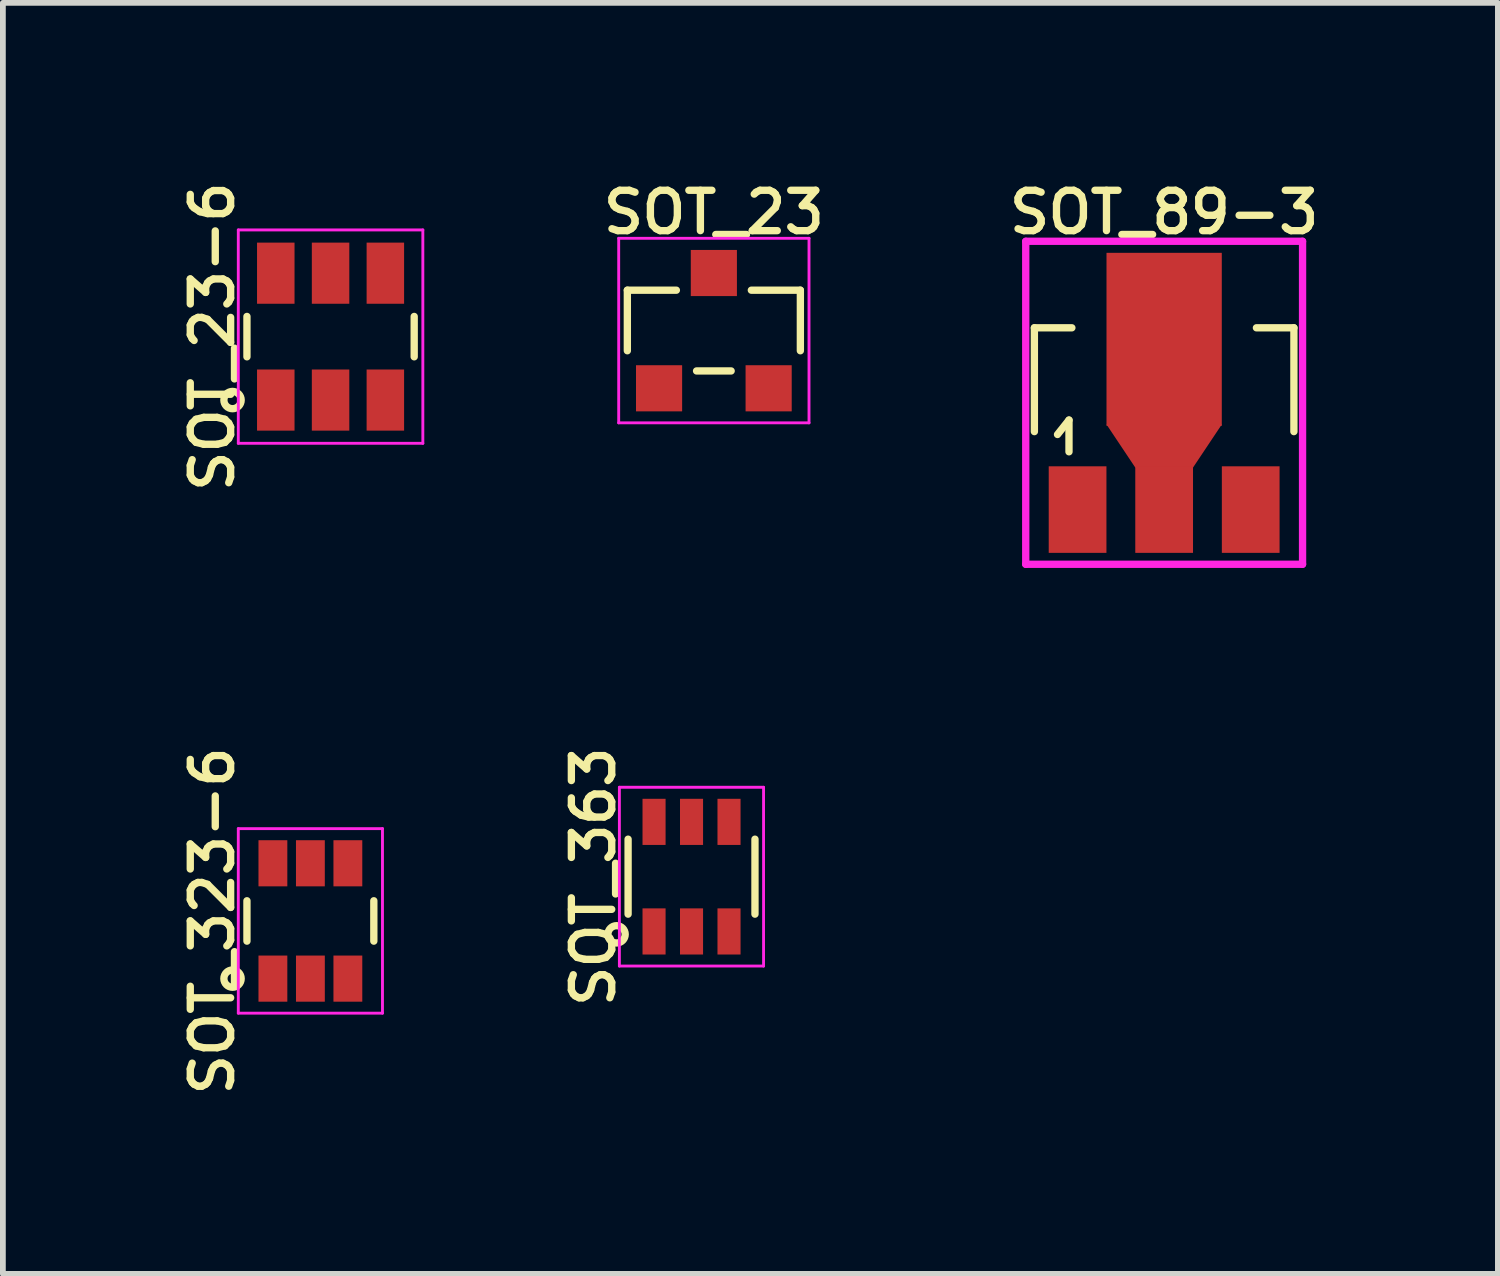
<source format=kicad_pcb>
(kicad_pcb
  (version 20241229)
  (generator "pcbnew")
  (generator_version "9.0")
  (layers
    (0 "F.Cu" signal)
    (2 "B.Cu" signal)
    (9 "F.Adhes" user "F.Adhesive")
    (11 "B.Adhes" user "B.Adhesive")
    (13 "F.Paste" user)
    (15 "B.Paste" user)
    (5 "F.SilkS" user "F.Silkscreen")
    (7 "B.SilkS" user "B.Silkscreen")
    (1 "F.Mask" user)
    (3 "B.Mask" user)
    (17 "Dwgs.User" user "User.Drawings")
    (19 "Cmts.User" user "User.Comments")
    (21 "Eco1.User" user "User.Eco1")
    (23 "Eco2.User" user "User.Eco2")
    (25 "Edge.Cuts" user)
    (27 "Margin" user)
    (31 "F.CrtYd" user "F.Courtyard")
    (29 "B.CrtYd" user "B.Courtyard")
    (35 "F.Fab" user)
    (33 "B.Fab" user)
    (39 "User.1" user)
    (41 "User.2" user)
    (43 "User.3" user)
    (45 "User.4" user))
  (footprint "SOT_89-3"
    (layer "F.Cu")
    (at 17.136 3.934)
    (property "Reference" "SOT_89-3" (at 0 -3.302 0) (layer "F.SilkS") (effects (font (size 0.7 0.7) (thickness 0.127))))
    (attr smd)
    (fp_line (start -2.25 -1.3) (end -2.25 0.5) (stroke (width 0.127) (type solid)) (layer "F.SilkS"))
    (fp_line (start -2.25 -1.3) (end -1.6 -1.3) (stroke (width 0.127) (type solid)) (layer "F.SilkS"))
    (fp_line (start -1.849 0.55) (end -1.65 0.3) (stroke (width 0.127) (type solid)) (layer "F.SilkS"))
    (fp_line (start -1.65 0.3) (end -1.65 0.85) (stroke (width 0.127) (type solid)) (layer "F.SilkS"))
    (fp_line (start 2.25 -1.3) (end 1.6 -1.3) (stroke (width 0.127) (type solid)) (layer "F.SilkS"))
    (fp_line (start 2.25 -1.3) (end 2.25 0.5) (stroke (width 0.127) (type solid)) (layer "F.SilkS"))
    (fp_line (start -2.4 -2.8) (end -2.4 2.8) (stroke (width 0.127) (type solid)) (layer "F.CrtYd"))
    (fp_line (start -2.4 2.8) (end 2.4 2.8) (stroke (width 0.127) (type solid)) (layer "F.CrtYd"))
    (fp_line (start 2.4 -2.8) (end -2.4 -2.8) (stroke (width 0.127) (type solid)) (layer "F.CrtYd"))
    (fp_line (start 2.4 2.8) (end 2.4 -2.8) (stroke (width 0.127) (type solid)) (layer "F.CrtYd"))
    (pad "1" smd rect (at -1.501 1.852) (size 1.001 1.501) (layers "F.Cu" "F.Mask" "F.Paste"))
    (pad "2" smd rect (at 0 -1.1) (size 1.999 3) (layers "F.Cu" "F.Mask" "F.Paste"))
    (pad "2" smd trapezoid (at 0 0.749 180) (size 1.501 0.749) (rect_delta 0 0.5) (layers "F.Cu" "F.Mask" "F.Paste"))
    (pad "2" smd rect (at 0 1.852) (size 1.001 1.501) (layers "F.Cu" "F.Mask" "F.Paste"))
    (pad "3" smd rect (at 1.501 1.852) (size 1.001 1.501) (layers "F.Cu" "F.Mask" "F.Paste")))
  (footprint "SOT_23-6"
    (layer "F.Cu")
    (at 2.682 2.787)
    (property "Reference" "SOT_23-6" (at -2.05 0 90) (layer "F.SilkS") (effects (font (size 0.7 0.7) (thickness 0.127))))
    (attr smd)
    (fp_line (start -1.45 -0.35) (end -1.45 0.35) (stroke (width 0.127) (type solid)) (layer "F.SilkS"))
    (fp_line (start 1.45 0.35) (end 1.45 -0.35) (stroke (width 0.127) (type solid)) (layer "F.SilkS"))
    (fp_circle (center -1.7 1.1) (end -1.55 1.1) (stroke (width 0.127) (type solid)) (fill no) (layer "F.SilkS"))
    (fp_line (start -1.6 -1.85) (end 1.6 -1.85) (stroke (width 0.05) (type solid)) (layer "F.CrtYd"))
    (fp_line (start -1.6 1.85) (end -1.6 -1.85) (stroke (width 0.05) (type solid)) (layer "F.CrtYd"))
    (fp_line (start 1.6 -1.85) (end 1.6 1.85) (stroke (width 0.05) (type solid)) (layer "F.CrtYd"))
    (fp_line (start 1.6 1.85) (end -1.6 1.85) (stroke (width 0.05) (type solid)) (layer "F.CrtYd"))
    (pad "1" smd rect (at -0.95 1.1 90) (size 1.06 0.65) (layers "F.Cu" "F.Mask" "F.Paste"))
    (pad "2" smd rect (at 0 1.1 90) (size 1.06 0.65) (layers "F.Cu" "F.Mask" "F.Paste"))
    (pad "3" smd rect (at 0.95 1.1 90) (size 1.06 0.65) (layers "F.Cu" "F.Mask" "F.Paste"))
    (pad "4" smd rect (at 0.95 -1.1 90) (size 1.06 0.65) (layers "F.Cu" "F.Mask" "F.Paste"))
    (pad "5" smd rect (at 0 -1.1 90) (size 1.06 0.65) (layers "F.Cu" "F.Mask" "F.Paste"))
    (pad "6" smd rect (at -0.95 -1.1 90) (size 1.06 0.65) (layers "F.Cu" "F.Mask" "F.Paste")))
  (footprint "SOT_363"
    (layer "F.Cu")
    (at 8.941 12.151)
    (property "Reference" "SOT_363" (at -1.701 0.00026 90) (layer "F.SilkS") (effects (font (size 0.7 0.7) (thickness 0.127))))
    (attr smd)
    (fp_line (start -1.1 0.65) (end -1.1 -0.65) (stroke (width 0.127) (type solid)) (layer "F.SilkS"))
    (fp_line (start 1.1 0.65) (end 1.1 -0.65) (stroke (width 0.127) (type solid)) (layer "F.SilkS"))
    (fp_circle (center -1.3 1) (end -1.15 1) (stroke (width 0.127) (type solid)) (fill no) (layer "F.SilkS"))
    (fp_line (start -1.251 -1.55) (end 1.249 -1.55) (stroke (width 0.05) (type solid)) (layer "F.CrtYd"))
    (fp_line (start -1.251 1.55) (end -1.251 -1.55) (stroke (width 0.05) (type solid)) (layer "F.CrtYd"))
    (fp_line (start 1.249 -1.55) (end 1.249 1.55) (stroke (width 0.05) (type solid)) (layer "F.CrtYd"))
    (fp_line (start 1.249 1.55) (end -1.251 1.55) (stroke (width 0.05) (type solid)) (layer "F.CrtYd"))
    (pad "1" smd rect (at -0.65 0.95 90) (size 0.8 0.4) (layers "F.Cu" "F.Mask" "F.Paste"))
    (pad "2" smd rect (at 0 0.95 90) (size 0.8 0.4) (layers "F.Cu" "F.Mask" "F.Paste"))
    (pad "3" smd rect (at 0.65 0.95 90) (size 0.8 0.4) (layers "F.Cu" "F.Mask" "F.Paste"))
    (pad "4" smd rect (at 0.65 -0.95 90) (size 0.8 0.4) (layers "F.Cu" "F.Mask" "F.Paste"))
    (pad "5" smd rect (at 0 -0.95 90) (size 0.8 0.4) (layers "F.Cu" "F.Mask" "F.Paste"))
    (pad "6" smd rect (at -0.65 -0.95 90) (size 0.8 0.4) (layers "F.Cu" "F.Mask" "F.Paste")))
  (footprint "SOT_323-6"
    (layer "F.Cu")
    (at 2.332 12.919)
    (property "Reference" "SOT_323-6" (at -1.7 -0.001 90) (layer "F.SilkS") (effects (font (size 0.7 0.7) (thickness 0.127))))
    (attr smd)
    (fp_line (start -1.1 0.35) (end -1.1 -0.35) (stroke (width 0.127) (type solid)) (layer "F.SilkS"))
    (fp_line (start 1.1 -0.35) (end 1.1 0.35) (stroke (width 0.127) (type solid)) (layer "F.SilkS"))
    (fp_circle (center -1.35 1) (end -1.2 1) (stroke (width 0.127) (type solid)) (fill no) (layer "F.SilkS"))
    (fp_line (start -1.25 -1.601) (end 1.25 -1.601) (stroke (width 0.05) (type solid)) (layer "F.CrtYd"))
    (fp_line (start -1.25 1.599) (end -1.25 -1.601) (stroke (width 0.05) (type solid)) (layer "F.CrtYd"))
    (fp_line (start 1.25 -1.601) (end 1.25 1.599) (stroke (width 0.05) (type solid)) (layer "F.CrtYd"))
    (fp_line (start 1.25 1.599) (end -1.25 1.599) (stroke (width 0.05) (type solid)) (layer "F.CrtYd"))
    (pad "1" smd rect (at -0.65 1) (size 0.5 0.8) (layers "F.Cu" "F.Mask" "F.Paste"))
    (pad "2" smd rect (at 0.00024 1) (size 0.5 0.8) (layers "F.Cu" "F.Mask" "F.Paste"))
    (pad "3" smd rect (at 0.65 1) (size 0.5 0.8) (layers "F.Cu" "F.Mask" "F.Paste"))
    (pad "4" smd rect (at 0.65 -1) (size 0.5 0.8) (layers "F.Cu" "F.Mask" "F.Paste"))
    (pad "5" smd rect (at 0 -1) (size 0.5 0.8) (layers "F.Cu" "F.Mask" "F.Paste"))
    (pad "6" smd rect (at -0.65 -1) (size 0.5 0.8) (layers "F.Cu" "F.Mask" "F.Paste")))
  (footprint "SOT_23"
    (layer "F.Cu")
    (at 9.328 2.682)
    (property "Reference" "SOT_23" (at 0 -2.05 0) (layer "F.SilkS") (effects (font (size 0.7 0.7) (thickness 0.127))))
    (attr smd)
    (fp_line (start -1.5 -0.7) (end -0.65 -0.7) (stroke (width 0.127) (type solid)) (layer "F.SilkS"))
    (fp_line (start -1.5 0.35) (end -1.5 -0.7) (stroke (width 0.127) (type solid)) (layer "F.SilkS"))
    (fp_line (start -0.3 0.7) (end 0.3 0.7) (stroke (width 0.127) (type solid)) (layer "F.SilkS"))
    (fp_line (start 0.65 -0.7) (end 1.5 -0.7) (stroke (width 0.127) (type solid)) (layer "F.SilkS"))
    (fp_line (start 1.5 -0.7) (end 1.5 0.35) (stroke (width 0.127) (type solid)) (layer "F.SilkS"))
    (fp_line (start -1.65 -1.6) (end 1.65 -1.6) (stroke (width 0.05) (type solid)) (layer "F.CrtYd"))
    (fp_line (start -1.65 1.6) (end -1.65 -1.6) (stroke (width 0.05) (type solid)) (layer "F.CrtYd"))
    (fp_line (start 1.65 -1.6) (end 1.65 1.6) (stroke (width 0.05) (type solid)) (layer "F.CrtYd"))
    (fp_line (start 1.65 1.6) (end -1.65 1.6) (stroke (width 0.05) (type solid)) (layer "F.CrtYd"))
    (pad "1" smd rect (at -0.95 1.001) (size 0.8 0.8) (layers "F.Cu" "F.Mask" "F.Paste"))
    (pad "2" smd rect (at 0.95 1.001) (size 0.8 0.8) (layers "F.Cu" "F.Mask" "F.Paste"))
    (pad "3" smd rect (at 0 -0.998) (size 0.8 0.8) (layers "F.Cu" "F.Mask" "F.Paste")))
  (gr_rect
    (start -3 -3)
    (end 22.923 19.039)
    (stroke (width 0.1) (type default))
    (fill no)
    (layer "Edge.Cuts")))
</source>
